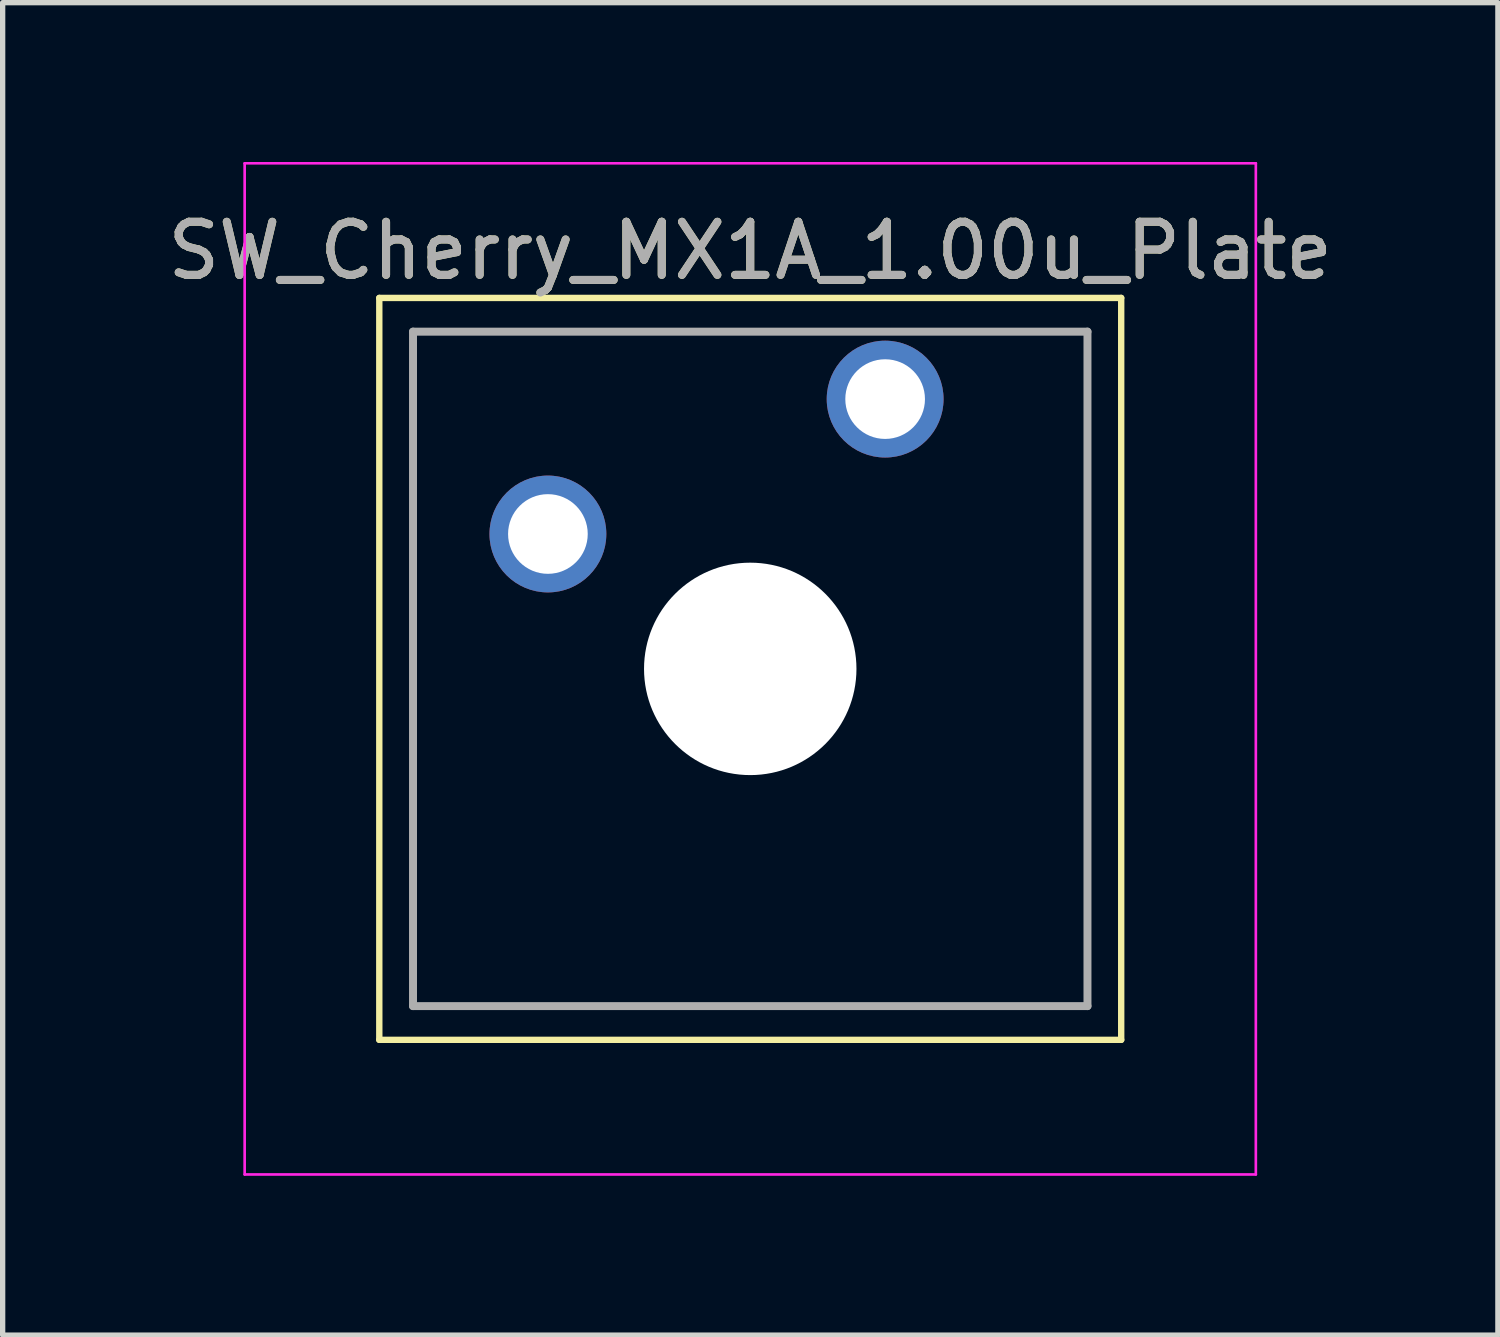
<source format=kicad_pcb>
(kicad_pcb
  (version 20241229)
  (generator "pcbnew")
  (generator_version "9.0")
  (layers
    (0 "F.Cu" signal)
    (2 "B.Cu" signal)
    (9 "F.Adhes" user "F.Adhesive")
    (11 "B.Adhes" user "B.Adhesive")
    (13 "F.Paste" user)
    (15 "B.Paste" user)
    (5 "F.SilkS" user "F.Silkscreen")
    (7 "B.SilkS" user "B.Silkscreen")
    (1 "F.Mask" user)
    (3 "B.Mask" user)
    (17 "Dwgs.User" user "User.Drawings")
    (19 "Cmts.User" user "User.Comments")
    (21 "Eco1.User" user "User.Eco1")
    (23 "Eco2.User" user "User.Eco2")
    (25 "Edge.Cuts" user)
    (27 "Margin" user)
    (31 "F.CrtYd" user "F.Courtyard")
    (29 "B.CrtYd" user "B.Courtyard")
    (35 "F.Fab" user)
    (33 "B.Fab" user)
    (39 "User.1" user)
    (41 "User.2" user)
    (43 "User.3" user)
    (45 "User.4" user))
  (footprint "SW_Cherry_MX1A_1.00u_Plate"
    (layer "F.Cu")
    (at 13.617 4.465)
    (property "Reference" "SW_Cherry_MX1A_1.00u_Plate" (at -2.54 -2.794 0) (layer "F.SilkS") (effects (font (size 1 1) (thickness 0.15))))
    (attr through_hole)
    (fp_line (start -9.525 -1.905) (end 4.445 -1.905) (stroke (width 0.12) (type solid)) (layer "F.SilkS"))
    (fp_line (start -9.525 12.065) (end -9.525 -1.905) (stroke (width 0.12) (type solid)) (layer "F.SilkS"))
    (fp_line (start 4.445 -1.905) (end 4.445 12.065) (stroke (width 0.12) (type solid)) (layer "F.SilkS"))
    (fp_line (start 4.445 12.065) (end -9.525 12.065) (stroke (width 0.12) (type solid)) (layer "F.SilkS"))
    (fp_line (start -12.06 -4.44) (end 6.98 -4.44) (stroke (width 0.05) (type solid)) (layer "F.CrtYd"))
    (fp_line (start -12.06 14.6) (end -12.06 -4.44) (stroke (width 0.05) (type solid)) (layer "F.CrtYd"))
    (fp_line (start 6.98 -4.44) (end 6.98 14.6) (stroke (width 0.05) (type solid)) (layer "F.CrtYd"))
    (fp_line (start 6.98 14.6) (end -12.06 14.6) (stroke (width 0.05) (type solid)) (layer "F.CrtYd"))
    (fp_line (start -8.89 -1.27) (end 3.81 -1.27) (stroke (width 0.15) (type solid)) (layer "F.Fab"))
    (fp_line (start -8.89 11.43) (end -8.89 -1.27) (stroke (width 0.15) (type solid)) (layer "F.Fab"))
    (fp_line (start 3.81 -1.27) (end 3.81 11.43) (stroke (width 0.15) (type solid)) (layer "F.Fab"))
    (fp_line (start 3.81 11.43) (end -8.89 11.43) (stroke (width 0.15) (type solid)) (layer "F.Fab"))
    (fp_text user "${REFERENCE}" (at -2.54 -2.794 0) (layer "F.Fab") (effects (font (size 1 1) (thickness 0.15))))
    (pad "" np_thru_hole circle (at -2.54 5.08) (size 4 4) (drill 4) (layers "*.Cu" "*.Mask"))
    (pad "1" thru_hole circle (at 0 0) (size 2.2 2.2) (drill 1.5) (layers "*.Cu" "*.Mask"))
    (pad "2" thru_hole circle (at -6.35 2.54) (size 2.2 2.2) (drill 1.5) (layers "*.Cu" "*.Mask")))
  (gr_rect
    (start -3 -3)
    (end 25.155 22.09)
    (stroke (width 0.1) (type default))
    (fill no)
    (layer "Edge.Cuts")))
</source>
